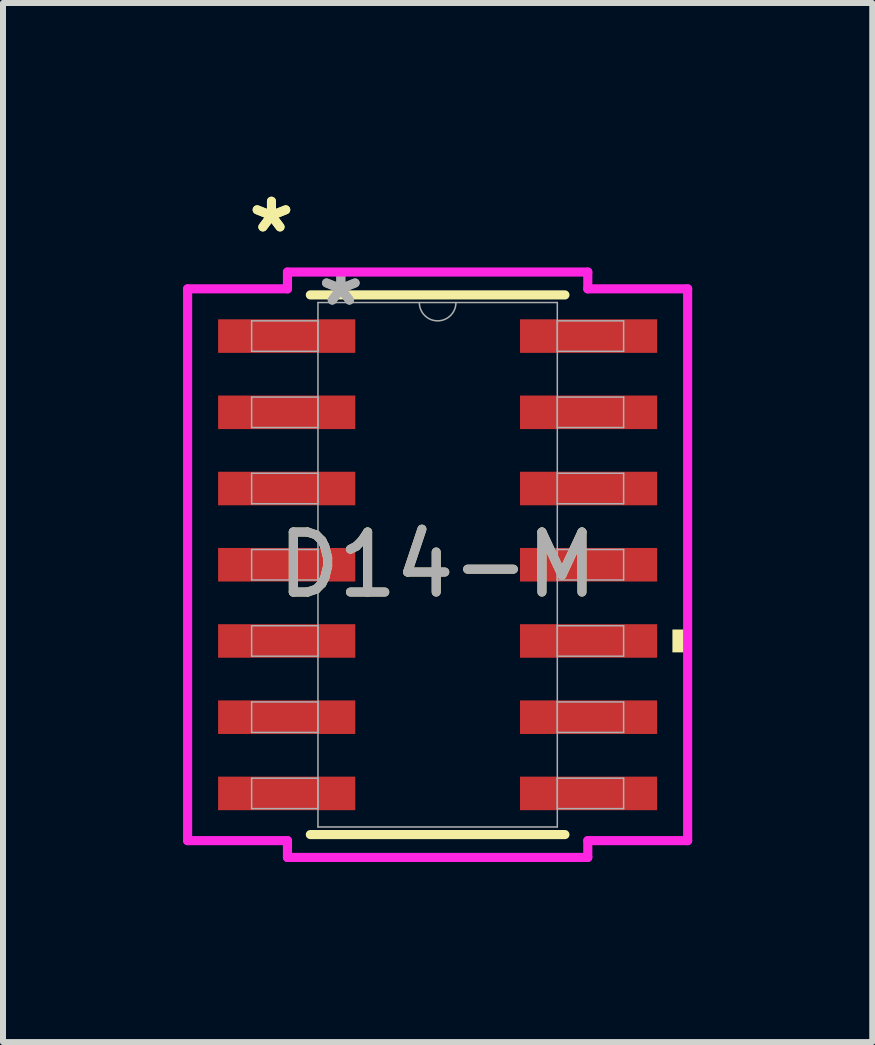
<source format=kicad_pcb>
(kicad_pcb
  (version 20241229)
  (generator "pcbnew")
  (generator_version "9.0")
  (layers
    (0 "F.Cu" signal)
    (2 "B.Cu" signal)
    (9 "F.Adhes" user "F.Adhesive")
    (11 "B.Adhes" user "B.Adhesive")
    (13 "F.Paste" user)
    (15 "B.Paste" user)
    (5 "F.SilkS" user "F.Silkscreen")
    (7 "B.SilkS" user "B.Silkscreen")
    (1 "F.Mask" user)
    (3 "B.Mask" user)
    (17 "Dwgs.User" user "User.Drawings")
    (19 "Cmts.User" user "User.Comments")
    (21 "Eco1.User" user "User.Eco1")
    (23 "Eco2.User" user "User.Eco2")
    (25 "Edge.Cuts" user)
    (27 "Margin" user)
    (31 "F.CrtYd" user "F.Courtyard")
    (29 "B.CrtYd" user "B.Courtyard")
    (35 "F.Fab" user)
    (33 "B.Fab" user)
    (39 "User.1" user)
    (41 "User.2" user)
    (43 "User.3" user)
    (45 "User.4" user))
  (footprint "D14-M"
    (layer "F.Cu")
    (at 4.242 6.36)
    (property "Reference" "D14-M" (at 0 0 0) (unlocked yes) (layer "F.SilkS") (effects (font (size 1 1) (thickness 0.15))))
    (attr smd)
    (fp_line (start -2.121 4.496) (end 2.121 4.496) (stroke (width 0.152) (type solid)) (layer "F.SilkS"))
    (fp_line (start 2.121 -4.496) (end -2.121 -4.496) (stroke (width 0.152) (type solid)) (layer "F.SilkS"))
    (fp_poly (pts (xy 4.166 1.079) (xy 4.166 1.46) (xy 3.912 1.46) (xy 3.912 1.079)) (stroke (width 0) (type solid)) (fill yes) (layer "F.SilkS"))
    (fp_line (start -4.166 -4.597) (end -2.502 -4.597) (stroke (width 0.152) (type solid)) (layer "F.CrtYd"))
    (fp_line (start -4.166 4.597) (end -4.166 -4.597) (stroke (width 0.152) (type solid)) (layer "F.CrtYd"))
    (fp_line (start -4.166 4.597) (end -2.502 4.597) (stroke (width 0.152) (type solid)) (layer "F.CrtYd"))
    (fp_line (start -2.502 -4.877) (end 2.502 -4.877) (stroke (width 0.152) (type solid)) (layer "F.CrtYd"))
    (fp_line (start -2.502 -4.597) (end -2.502 -4.877) (stroke (width 0.152) (type solid)) (layer "F.CrtYd"))
    (fp_line (start -2.502 4.877) (end -2.502 4.597) (stroke (width 0.152) (type solid)) (layer "F.CrtYd"))
    (fp_line (start 2.502 -4.877) (end 2.502 -4.597) (stroke (width 0.152) (type solid)) (layer "F.CrtYd"))
    (fp_line (start 2.502 4.597) (end 2.502 4.877) (stroke (width 0.152) (type solid)) (layer "F.CrtYd"))
    (fp_line (start 2.502 4.877) (end -2.502 4.877) (stroke (width 0.152) (type solid)) (layer "F.CrtYd"))
    (fp_line (start 4.166 -4.597) (end 2.502 -4.597) (stroke (width 0.152) (type solid)) (layer "F.CrtYd"))
    (fp_line (start 4.166 -4.597) (end 4.166 4.597) (stroke (width 0.152) (type solid)) (layer "F.CrtYd"))
    (fp_line (start 4.166 4.597) (end 2.502 4.597) (stroke (width 0.152) (type solid)) (layer "F.CrtYd"))
    (fp_line (start -3.099 -4.064) (end -3.099 -3.556) (stroke (width 0.025) (type solid)) (layer "F.Fab"))
    (fp_line (start -3.099 -3.556) (end -1.994 -3.556) (stroke (width 0.025) (type solid)) (layer "F.Fab"))
    (fp_line (start -3.099 -2.794) (end -3.099 -2.286) (stroke (width 0.025) (type solid)) (layer "F.Fab"))
    (fp_line (start -3.099 -2.286) (end -1.994 -2.286) (stroke (width 0.025) (type solid)) (layer "F.Fab"))
    (fp_line (start -3.099 -1.524) (end -3.099 -1.016) (stroke (width 0.025) (type solid)) (layer "F.Fab"))
    (fp_line (start -3.099 -1.016) (end -1.994 -1.016) (stroke (width 0.025) (type solid)) (layer "F.Fab"))
    (fp_line (start -3.099 -0.254) (end -3.099 0.254) (stroke (width 0.025) (type solid)) (layer "F.Fab"))
    (fp_line (start -3.099 0.254) (end -1.994 0.254) (stroke (width 0.025) (type solid)) (layer "F.Fab"))
    (fp_line (start -3.099 1.016) (end -3.099 1.524) (stroke (width 0.025) (type solid)) (layer "F.Fab"))
    (fp_line (start -3.099 1.524) (end -1.994 1.524) (stroke (width 0.025) (type solid)) (layer "F.Fab"))
    (fp_line (start -3.099 2.286) (end -3.099 2.794) (stroke (width 0.025) (type solid)) (layer "F.Fab"))
    (fp_line (start -3.099 2.794) (end -1.994 2.794) (stroke (width 0.025) (type solid)) (layer "F.Fab"))
    (fp_line (start -3.099 3.556) (end -3.099 4.064) (stroke (width 0.025) (type solid)) (layer "F.Fab"))
    (fp_line (start -3.099 4.064) (end -1.994 4.064) (stroke (width 0.025) (type solid)) (layer "F.Fab"))
    (fp_line (start -1.994 -4.369) (end -1.994 4.369) (stroke (width 0.025) (type solid)) (layer "F.Fab"))
    (fp_line (start -1.994 -4.064) (end -3.099 -4.064) (stroke (width 0.025) (type solid)) (layer "F.Fab"))
    (fp_line (start -1.994 -3.556) (end -1.994 -4.064) (stroke (width 0.025) (type solid)) (layer "F.Fab"))
    (fp_line (start -1.994 -2.794) (end -3.099 -2.794) (stroke (width 0.025) (type solid)) (layer "F.Fab"))
    (fp_line (start -1.994 -2.286) (end -1.994 -2.794) (stroke (width 0.025) (type solid)) (layer "F.Fab"))
    (fp_line (start -1.994 -1.524) (end -3.099 -1.524) (stroke (width 0.025) (type solid)) (layer "F.Fab"))
    (fp_line (start -1.994 -1.016) (end -1.994 -1.524) (stroke (width 0.025) (type solid)) (layer "F.Fab"))
    (fp_line (start -1.994 -0.254) (end -3.099 -0.254) (stroke (width 0.025) (type solid)) (layer "F.Fab"))
    (fp_line (start -1.994 0.254) (end -1.994 -0.254) (stroke (width 0.025) (type solid)) (layer "F.Fab"))
    (fp_line (start -1.994 1.016) (end -3.099 1.016) (stroke (width 0.025) (type solid)) (layer "F.Fab"))
    (fp_line (start -1.994 1.524) (end -1.994 1.016) (stroke (width 0.025) (type solid)) (layer "F.Fab"))
    (fp_line (start -1.994 2.286) (end -3.099 2.286) (stroke (width 0.025) (type solid)) (layer "F.Fab"))
    (fp_line (start -1.994 2.794) (end -1.994 2.286) (stroke (width 0.025) (type solid)) (layer "F.Fab"))
    (fp_line (start -1.994 3.556) (end -3.099 3.556) (stroke (width 0.025) (type solid)) (layer "F.Fab"))
    (fp_line (start -1.994 4.064) (end -1.994 3.556) (stroke (width 0.025) (type solid)) (layer "F.Fab"))
    (fp_line (start -1.994 4.369) (end 1.994 4.369) (stroke (width 0.025) (type solid)) (layer "F.Fab"))
    (fp_line (start 1.994 -4.369) (end -1.994 -4.369) (stroke (width 0.025) (type solid)) (layer "F.Fab"))
    (fp_line (start 1.994 -4.064) (end 1.994 -3.556) (stroke (width 0.025) (type solid)) (layer "F.Fab"))
    (fp_line (start 1.994 -3.556) (end 3.099 -3.556) (stroke (width 0.025) (type solid)) (layer "F.Fab"))
    (fp_line (start 1.994 -2.794) (end 1.994 -2.286) (stroke (width 0.025) (type solid)) (layer "F.Fab"))
    (fp_line (start 1.994 -2.286) (end 3.099 -2.286) (stroke (width 0.025) (type solid)) (layer "F.Fab"))
    (fp_line (start 1.994 -1.524) (end 1.994 -1.016) (stroke (width 0.025) (type solid)) (layer "F.Fab"))
    (fp_line (start 1.994 -1.016) (end 3.099 -1.016) (stroke (width 0.025) (type solid)) (layer "F.Fab"))
    (fp_line (start 1.994 -0.254) (end 1.994 0.254) (stroke (width 0.025) (type solid)) (layer "F.Fab"))
    (fp_line (start 1.994 0.254) (end 3.099 0.254) (stroke (width 0.025) (type solid)) (layer "F.Fab"))
    (fp_line (start 1.994 1.016) (end 1.994 1.524) (stroke (width 0.025) (type solid)) (layer "F.Fab"))
    (fp_line (start 1.994 1.524) (end 3.099 1.524) (stroke (width 0.025) (type solid)) (layer "F.Fab"))
    (fp_line (start 1.994 2.286) (end 1.994 2.794) (stroke (width 0.025) (type solid)) (layer "F.Fab"))
    (fp_line (start 1.994 2.794) (end 3.099 2.794) (stroke (width 0.025) (type solid)) (layer "F.Fab"))
    (fp_line (start 1.994 3.556) (end 1.994 4.064) (stroke (width 0.025) (type solid)) (layer "F.Fab"))
    (fp_line (start 1.994 4.064) (end 3.099 4.064) (stroke (width 0.025) (type solid)) (layer "F.Fab"))
    (fp_line (start 1.994 4.369) (end 1.994 -4.369) (stroke (width 0.025) (type solid)) (layer "F.Fab"))
    (fp_line (start 3.099 -4.064) (end 1.994 -4.064) (stroke (width 0.025) (type solid)) (layer "F.Fab"))
    (fp_line (start 3.099 -3.556) (end 3.099 -4.064) (stroke (width 0.025) (type solid)) (layer "F.Fab"))
    (fp_line (start 3.099 -2.794) (end 1.994 -2.794) (stroke (width 0.025) (type solid)) (layer "F.Fab"))
    (fp_line (start 3.099 -2.286) (end 3.099 -2.794) (stroke (width 0.025) (type solid)) (layer "F.Fab"))
    (fp_line (start 3.099 -1.524) (end 1.994 -1.524) (stroke (width 0.025) (type solid)) (layer "F.Fab"))
    (fp_line (start 3.099 -1.016) (end 3.099 -1.524) (stroke (width 0.025) (type solid)) (layer "F.Fab"))
    (fp_line (start 3.099 -0.254) (end 1.994 -0.254) (stroke (width 0.025) (type solid)) (layer "F.Fab"))
    (fp_line (start 3.099 0.254) (end 3.099 -0.254) (stroke (width 0.025) (type solid)) (layer "F.Fab"))
    (fp_line (start 3.099 1.016) (end 1.994 1.016) (stroke (width 0.025) (type solid)) (layer "F.Fab"))
    (fp_line (start 3.099 1.524) (end 3.099 1.016) (stroke (width 0.025) (type solid)) (layer "F.Fab"))
    (fp_line (start 3.099 2.286) (end 1.994 2.286) (stroke (width 0.025) (type solid)) (layer "F.Fab"))
    (fp_line (start 3.099 2.794) (end 3.099 2.286) (stroke (width 0.025) (type solid)) (layer "F.Fab"))
    (fp_line (start 3.099 3.556) (end 1.994 3.556) (stroke (width 0.025) (type solid)) (layer "F.Fab"))
    (fp_line (start 3.099 4.064) (end 3.099 3.556) (stroke (width 0.025) (type solid)) (layer "F.Fab"))
    (fp_arc (start 0.3048 -4.3688) (mid 0 -4.064) (end -0.3048 -4.3688) (stroke (width 0.0254) (type solid)) (layer "F.Fab"))
    (fp_text user "*" (at -2.769 -5.512 0) (unlocked yes) (layer "F.SilkS") (effects (font (size 1 1) (thickness 0.15))))
    (fp_text user "*" (at -2.769 -5.512 0) (layer "F.SilkS") (effects (font (size 1 1) (thickness 0.15))))
    (fp_text user "*" (at -1.613 -4.293 0) (unlocked yes) (layer "F.Fab") (effects (font (size 1 1) (thickness 0.15))))
    (fp_text user "${REFERENCE}" (at 0 0 0) (unlocked yes) (layer "F.Fab") (effects (font (size 1 1) (thickness 0.15))))
    (fp_text user "*" (at -1.613 -4.293 0) (layer "F.Fab") (effects (font (size 1 1) (thickness 0.15))))
    (pad "1" smd rect (at -2.515 -3.81) (size 2.286 0.559) (layers "F.Cu" "F.Mask" "F.Paste"))
    (pad "2" smd rect (at -2.515 -2.54) (size 2.286 0.559) (layers "F.Cu" "F.Mask" "F.Paste"))
    (pad "3" smd rect (at -2.515 -1.27) (size 2.286 0.559) (layers "F.Cu" "F.Mask" "F.Paste"))
    (pad "4" smd rect (at -2.515 0) (size 2.286 0.559) (layers "F.Cu" "F.Mask" "F.Paste"))
    (pad "5" smd rect (at -2.515 1.27) (size 2.286 0.559) (layers "F.Cu" "F.Mask" "F.Paste"))
    (pad "6" smd rect (at -2.515 2.54) (size 2.286 0.559) (layers "F.Cu" "F.Mask" "F.Paste"))
    (pad "7" smd rect (at -2.515 3.81) (size 2.286 0.559) (layers "F.Cu" "F.Mask" "F.Paste"))
    (pad "8" smd rect (at 2.515 3.81) (size 2.286 0.559) (layers "F.Cu" "F.Mask" "F.Paste"))
    (pad "9" smd rect (at 2.515 2.54) (size 2.286 0.559) (layers "F.Cu" "F.Mask" "F.Paste"))
    (pad "10" smd rect (at 2.515 1.27) (size 2.286 0.559) (layers "F.Cu" "F.Mask" "F.Paste"))
    (pad "11" smd rect (at 2.515 0) (size 2.286 0.559) (layers "F.Cu" "F.Mask" "F.Paste"))
    (pad "12" smd rect (at 2.515 -1.27) (size 2.286 0.559) (layers "F.Cu" "F.Mask" "F.Paste"))
    (pad "13" smd rect (at 2.515 -2.54) (size 2.286 0.559) (layers "F.Cu" "F.Mask" "F.Paste"))
    (pad "14" smd rect (at 2.515 -3.81) (size 2.286 0.559) (layers "F.Cu" "F.Mask" "F.Paste")))
  (gr_rect
    (start -3 -3)
    (end 11.484 14.313)
    (stroke (width 0.1) (type default))
    (fill no)
    (layer "Edge.Cuts")))
</source>
